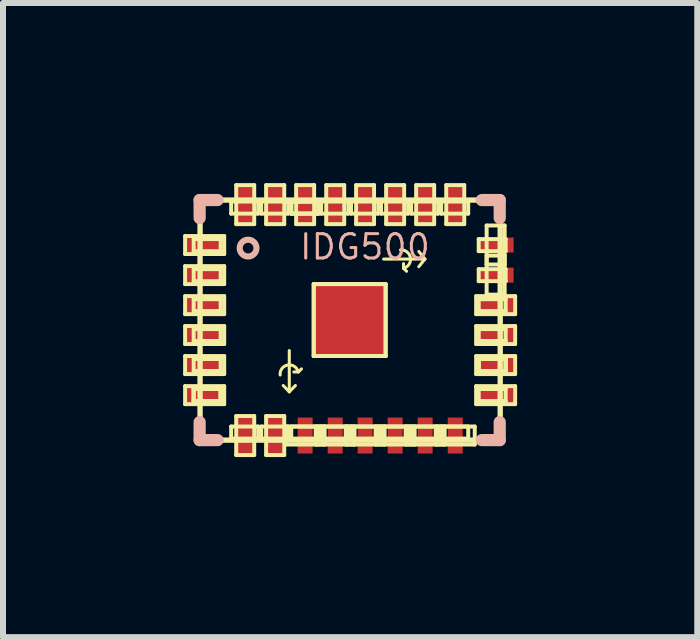
<source format=kicad_pcb>
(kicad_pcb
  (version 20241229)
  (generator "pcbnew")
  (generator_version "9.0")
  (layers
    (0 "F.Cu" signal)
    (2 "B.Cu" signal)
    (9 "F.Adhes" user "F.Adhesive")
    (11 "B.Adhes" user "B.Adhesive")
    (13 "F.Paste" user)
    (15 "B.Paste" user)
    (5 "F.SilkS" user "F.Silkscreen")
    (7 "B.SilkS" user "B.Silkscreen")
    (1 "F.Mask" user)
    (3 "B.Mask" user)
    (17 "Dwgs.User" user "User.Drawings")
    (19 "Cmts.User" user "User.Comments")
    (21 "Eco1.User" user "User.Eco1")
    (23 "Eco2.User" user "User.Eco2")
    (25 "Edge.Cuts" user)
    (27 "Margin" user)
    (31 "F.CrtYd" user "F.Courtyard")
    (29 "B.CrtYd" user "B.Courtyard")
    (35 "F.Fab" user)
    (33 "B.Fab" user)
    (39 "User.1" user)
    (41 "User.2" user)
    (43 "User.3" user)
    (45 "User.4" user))
  (footprint "IDG500"
    (layer "F.Cu")
    (at 2.774 2.281)
    (property "Reference" "IDG500" (at 0.254 -1.219 0) (layer "B.SilkS") (effects (font (size 0.406 0.406) (thickness 0.051))))
    (attr smd)
    (fp_line (start -2.741 -1.4) (end -2.09 -1.4) (stroke (width 0.066) (type solid)) (layer "F.SilkS"))
    (fp_line (start -2.741 -1.1) (end -2.741 -1.4) (stroke (width 0.066) (type solid)) (layer "F.SilkS"))
    (fp_line (start -2.741 -1.1) (end -2.09 -1.1) (stroke (width 0.066) (type solid)) (layer "F.SilkS"))
    (fp_line (start -2.741 -0.899) (end -2.09 -0.899) (stroke (width 0.066) (type solid)) (layer "F.SilkS"))
    (fp_line (start -2.741 -0.599) (end -2.741 -0.899) (stroke (width 0.066) (type solid)) (layer "F.SilkS"))
    (fp_line (start -2.741 -0.599) (end -2.09 -0.599) (stroke (width 0.066) (type solid)) (layer "F.SilkS"))
    (fp_line (start -2.741 -0.399) (end -2.09 -0.399) (stroke (width 0.066) (type solid)) (layer "F.SilkS"))
    (fp_line (start -2.741 -0.099) (end -2.741 -0.399) (stroke (width 0.066) (type solid)) (layer "F.SilkS"))
    (fp_line (start -2.741 -0.099) (end -2.09 -0.099) (stroke (width 0.066) (type solid)) (layer "F.SilkS"))
    (fp_line (start -2.741 0.099) (end -2.09 0.099) (stroke (width 0.066) (type solid)) (layer "F.SilkS"))
    (fp_line (start -2.741 0.399) (end -2.741 0.099) (stroke (width 0.066) (type solid)) (layer "F.SilkS"))
    (fp_line (start -2.741 0.399) (end -2.09 0.399) (stroke (width 0.066) (type solid)) (layer "F.SilkS"))
    (fp_line (start -2.741 0.599) (end -2.09 0.599) (stroke (width 0.066) (type solid)) (layer "F.SilkS"))
    (fp_line (start -2.741 0.899) (end -2.741 0.599) (stroke (width 0.066) (type solid)) (layer "F.SilkS"))
    (fp_line (start -2.741 0.899) (end -2.09 0.899) (stroke (width 0.066) (type solid)) (layer "F.SilkS"))
    (fp_line (start -2.741 1.1) (end -2.09 1.1) (stroke (width 0.066) (type solid)) (layer "F.SilkS"))
    (fp_line (start -2.741 1.4) (end -2.741 1.1) (stroke (width 0.066) (type solid)) (layer "F.SilkS"))
    (fp_line (start -2.741 1.4) (end -2.09 1.4) (stroke (width 0.066) (type solid)) (layer "F.SilkS"))
    (fp_line (start -2.598 -1.349) (end -2.149 -1.349) (stroke (width 0.066) (type solid)) (layer "F.SilkS"))
    (fp_line (start -2.598 -1.148) (end -2.598 -1.349) (stroke (width 0.066) (type solid)) (layer "F.SilkS"))
    (fp_line (start -2.598 -1.148) (end -2.149 -1.148) (stroke (width 0.066) (type solid)) (layer "F.SilkS"))
    (fp_line (start -2.598 -0.848) (end -2.149 -0.848) (stroke (width 0.066) (type solid)) (layer "F.SilkS"))
    (fp_line (start -2.598 -0.648) (end -2.598 -0.848) (stroke (width 0.066) (type solid)) (layer "F.SilkS"))
    (fp_line (start -2.598 -0.648) (end -2.149 -0.648) (stroke (width 0.066) (type solid)) (layer "F.SilkS"))
    (fp_line (start -2.598 -0.348) (end -2.149 -0.348) (stroke (width 0.066) (type solid)) (layer "F.SilkS"))
    (fp_line (start -2.598 -0.15) (end -2.598 -0.348) (stroke (width 0.066) (type solid)) (layer "F.SilkS"))
    (fp_line (start -2.598 -0.15) (end -2.149 -0.15) (stroke (width 0.066) (type solid)) (layer "F.SilkS"))
    (fp_line (start -2.598 0.15) (end -2.149 0.15) (stroke (width 0.066) (type solid)) (layer "F.SilkS"))
    (fp_line (start -2.598 0.348) (end -2.598 0.15) (stroke (width 0.066) (type solid)) (layer "F.SilkS"))
    (fp_line (start -2.598 0.348) (end -2.149 0.348) (stroke (width 0.066) (type solid)) (layer "F.SilkS"))
    (fp_line (start -2.598 0.648) (end -2.149 0.648) (stroke (width 0.066) (type solid)) (layer "F.SilkS"))
    (fp_line (start -2.598 0.848) (end -2.598 0.648) (stroke (width 0.066) (type solid)) (layer "F.SilkS"))
    (fp_line (start -2.598 0.848) (end -2.149 0.848) (stroke (width 0.066) (type solid)) (layer "F.SilkS"))
    (fp_line (start -2.598 1.148) (end -2.149 1.148) (stroke (width 0.066) (type solid)) (layer "F.SilkS"))
    (fp_line (start -2.598 1.148) (end -2.149 1.148) (stroke (width 0.066) (type solid)) (layer "F.SilkS"))
    (fp_line (start -2.598 1.148) (end -2.149 1.148) (stroke (width 0.066) (type solid)) (layer "F.SilkS"))
    (fp_line (start -2.598 1.349) (end -2.598 1.148) (stroke (width 0.066) (type solid)) (layer "F.SilkS"))
    (fp_line (start -2.598 1.349) (end -2.598 1.148) (stroke (width 0.066) (type solid)) (layer "F.SilkS"))
    (fp_line (start -2.598 1.349) (end -2.598 1.148) (stroke (width 0.066) (type solid)) (layer "F.SilkS"))
    (fp_line (start -2.598 1.349) (end -2.149 1.349) (stroke (width 0.066) (type solid)) (layer "F.SilkS"))
    (fp_line (start -2.598 1.349) (end -2.149 1.349) (stroke (width 0.066) (type solid)) (layer "F.SilkS"))
    (fp_line (start -2.598 1.349) (end -2.149 1.349) (stroke (width 0.066) (type solid)) (layer "F.SilkS"))
    (fp_line (start -2.492 -1.999) (end -2.492 1.999) (stroke (width 0.089) (type solid)) (layer "F.SilkS"))
    (fp_line (start -2.492 1.999) (end 2.507 1.999) (stroke (width 0.089) (type solid)) (layer "F.SilkS"))
    (fp_line (start -2.149 -1.148) (end -2.149 -1.349) (stroke (width 0.066) (type solid)) (layer "F.SilkS"))
    (fp_line (start -2.149 -0.648) (end -2.149 -0.848) (stroke (width 0.066) (type solid)) (layer "F.SilkS"))
    (fp_line (start -2.149 -0.15) (end -2.149 -0.348) (stroke (width 0.066) (type solid)) (layer "F.SilkS"))
    (fp_line (start -2.149 0.348) (end -2.149 0.15) (stroke (width 0.066) (type solid)) (layer "F.SilkS"))
    (fp_line (start -2.149 0.848) (end -2.149 0.648) (stroke (width 0.066) (type solid)) (layer "F.SilkS"))
    (fp_line (start -2.149 1.349) (end -2.149 1.148) (stroke (width 0.066) (type solid)) (layer "F.SilkS"))
    (fp_line (start -2.149 1.349) (end -2.149 1.148) (stroke (width 0.066) (type solid)) (layer "F.SilkS"))
    (fp_line (start -2.149 1.349) (end -2.149 1.148) (stroke (width 0.066) (type solid)) (layer "F.SilkS"))
    (fp_line (start -2.09 -1.1) (end -2.09 -1.4) (stroke (width 0.066) (type solid)) (layer "F.SilkS"))
    (fp_line (start -2.09 -0.599) (end -2.09 -0.899) (stroke (width 0.066) (type solid)) (layer "F.SilkS"))
    (fp_line (start -2.09 -0.099) (end -2.09 -0.399) (stroke (width 0.066) (type solid)) (layer "F.SilkS"))
    (fp_line (start -2.09 0.399) (end -2.09 0.099) (stroke (width 0.066) (type solid)) (layer "F.SilkS"))
    (fp_line (start -2.09 0.899) (end -2.09 0.599) (stroke (width 0.066) (type solid)) (layer "F.SilkS"))
    (fp_line (start -2.09 1.4) (end -2.09 1.1) (stroke (width 0.066) (type solid)) (layer "F.SilkS"))
    (fp_line (start -1.974 -1.974) (end -1.524 -1.974) (stroke (width 0.066) (type solid)) (layer "F.SilkS"))
    (fp_line (start -1.974 -1.773) (end -1.974 -1.974) (stroke (width 0.066) (type solid)) (layer "F.SilkS"))
    (fp_line (start -1.974 -1.773) (end -1.524 -1.773) (stroke (width 0.066) (type solid)) (layer "F.SilkS"))
    (fp_line (start -1.974 1.773) (end -1.524 1.773) (stroke (width 0.066) (type solid)) (layer "F.SilkS"))
    (fp_line (start -1.974 1.974) (end -1.974 1.773) (stroke (width 0.066) (type solid)) (layer "F.SilkS"))
    (fp_line (start -1.974 1.974) (end -1.524 1.974) (stroke (width 0.066) (type solid)) (layer "F.SilkS"))
    (fp_line (start -1.89 -2.248) (end -1.59 -2.248) (stroke (width 0.066) (type solid)) (layer "F.SilkS"))
    (fp_line (start -1.89 -1.598) (end -1.89 -2.248) (stroke (width 0.066) (type solid)) (layer "F.SilkS"))
    (fp_line (start -1.89 -1.598) (end -1.59 -1.598) (stroke (width 0.066) (type solid)) (layer "F.SilkS"))
    (fp_line (start -1.89 1.598) (end -1.59 1.598) (stroke (width 0.066) (type solid)) (layer "F.SilkS"))
    (fp_line (start -1.89 2.248) (end -1.89 1.598) (stroke (width 0.066) (type solid)) (layer "F.SilkS"))
    (fp_line (start -1.89 2.248) (end -1.59 2.248) (stroke (width 0.066) (type solid)) (layer "F.SilkS"))
    (fp_line (start -1.59 -1.598) (end -1.59 -2.248) (stroke (width 0.066) (type solid)) (layer "F.SilkS"))
    (fp_line (start -1.59 2.248) (end -1.59 1.598) (stroke (width 0.066) (type solid)) (layer "F.SilkS"))
    (fp_line (start -1.524 -1.773) (end -1.524 -1.974) (stroke (width 0.066) (type solid)) (layer "F.SilkS"))
    (fp_line (start -1.524 1.974) (end -1.524 1.773) (stroke (width 0.066) (type solid)) (layer "F.SilkS"))
    (fp_line (start -1.473 -1.974) (end -1.024 -1.974) (stroke (width 0.066) (type solid)) (layer "F.SilkS"))
    (fp_line (start -1.473 -1.773) (end -1.473 -1.974) (stroke (width 0.066) (type solid)) (layer "F.SilkS"))
    (fp_line (start -1.473 -1.773) (end -1.024 -1.773) (stroke (width 0.066) (type solid)) (layer "F.SilkS"))
    (fp_line (start -1.473 1.773) (end -1.024 1.773) (stroke (width 0.066) (type solid)) (layer "F.SilkS"))
    (fp_line (start -1.473 1.974) (end -1.473 1.773) (stroke (width 0.066) (type solid)) (layer "F.SilkS"))
    (fp_line (start -1.473 1.974) (end -1.024 1.974) (stroke (width 0.066) (type solid)) (layer "F.SilkS"))
    (fp_line (start -1.392 -2.248) (end -1.09 -2.248) (stroke (width 0.066) (type solid)) (layer "F.SilkS"))
    (fp_line (start -1.392 -1.598) (end -1.392 -2.248) (stroke (width 0.066) (type solid)) (layer "F.SilkS"))
    (fp_line (start -1.392 -1.598) (end -1.09 -1.598) (stroke (width 0.066) (type solid)) (layer "F.SilkS"))
    (fp_line (start -1.392 1.598) (end -1.09 1.598) (stroke (width 0.066) (type solid)) (layer "F.SilkS"))
    (fp_line (start -1.392 2.248) (end -1.392 1.598) (stroke (width 0.066) (type solid)) (layer "F.SilkS"))
    (fp_line (start -1.392 2.248) (end -1.09 2.248) (stroke (width 0.066) (type solid)) (layer "F.SilkS"))
    (fp_line (start -1.09 -1.598) (end -1.09 -2.248) (stroke (width 0.066) (type solid)) (layer "F.SilkS"))
    (fp_line (start -1.09 2.248) (end -1.09 1.598) (stroke (width 0.066) (type solid)) (layer "F.SilkS"))
    (fp_line (start -1.067 1.773) (end -0.417 1.773) (stroke (width 0.066) (type solid)) (layer "F.SilkS"))
    (fp_line (start -1.067 2.073) (end -1.067 1.773) (stroke (width 0.066) (type solid)) (layer "F.SilkS"))
    (fp_line (start -1.067 2.073) (end -0.417 2.073) (stroke (width 0.066) (type solid)) (layer "F.SilkS"))
    (fp_line (start -1.024 -1.773) (end -1.024 -1.974) (stroke (width 0.066) (type solid)) (layer "F.SilkS"))
    (fp_line (start -1.024 1.974) (end -1.024 1.773) (stroke (width 0.066) (type solid)) (layer "F.SilkS"))
    (fp_line (start -1.006 0.508) (end -1.006 1.194) (stroke (width 0.051) (type solid)) (layer "F.SilkS"))
    (fp_line (start -1.006 1.194) (end -1.107 1.09) (stroke (width 0.051) (type solid)) (layer "F.SilkS"))
    (fp_line (start -1.006 1.194) (end -0.904 1.09) (stroke (width 0.051) (type solid)) (layer "F.SilkS"))
    (fp_line (start -0.973 -1.974) (end -0.523 -1.974) (stroke (width 0.066) (type solid)) (layer "F.SilkS"))
    (fp_line (start -0.973 -1.974) (end -0.523 -1.974) (stroke (width 0.066) (type solid)) (layer "F.SilkS"))
    (fp_line (start -0.973 -1.974) (end -0.523 -1.974) (stroke (width 0.066) (type solid)) (layer "F.SilkS"))
    (fp_line (start -0.973 -1.773) (end -0.973 -1.974) (stroke (width 0.066) (type solid)) (layer "F.SilkS"))
    (fp_line (start -0.973 -1.773) (end -0.973 -1.974) (stroke (width 0.066) (type solid)) (layer "F.SilkS"))
    (fp_line (start -0.973 -1.773) (end -0.973 -1.974) (stroke (width 0.066) (type solid)) (layer "F.SilkS"))
    (fp_line (start -0.973 -1.773) (end -0.523 -1.773) (stroke (width 0.066) (type solid)) (layer "F.SilkS"))
    (fp_line (start -0.973 -1.773) (end -0.523 -1.773) (stroke (width 0.066) (type solid)) (layer "F.SilkS"))
    (fp_line (start -0.973 -1.773) (end -0.523 -1.773) (stroke (width 0.066) (type solid)) (layer "F.SilkS"))
    (fp_line (start -0.973 1.773) (end -0.523 1.773) (stroke (width 0.066) (type solid)) (layer "F.SilkS"))
    (fp_line (start -0.973 1.974) (end -0.973 1.773) (stroke (width 0.066) (type solid)) (layer "F.SilkS"))
    (fp_line (start -0.973 1.974) (end -0.523 1.974) (stroke (width 0.066) (type solid)) (layer "F.SilkS"))
    (fp_line (start -0.892 -2.248) (end -0.592 -2.248) (stroke (width 0.066) (type solid)) (layer "F.SilkS"))
    (fp_line (start -0.892 -1.598) (end -0.892 -2.248) (stroke (width 0.066) (type solid)) (layer "F.SilkS"))
    (fp_line (start -0.892 -1.598) (end -0.592 -1.598) (stroke (width 0.066) (type solid)) (layer "F.SilkS"))
    (fp_line (start -0.853 0.864) (end -0.93 0.864) (stroke (width 0.051) (type solid)) (layer "F.SilkS"))
    (fp_line (start -0.853 0.864) (end -0.803 0.813) (stroke (width 0.051) (type solid)) (layer "F.SilkS"))
    (fp_line (start -0.599 -0.599) (end 0.599 -0.599) (stroke (width 0.066) (type solid)) (layer "F.SilkS"))
    (fp_line (start -0.599 -0.599) (end 0.599 -0.599) (stroke (width 0.066) (type solid)) (layer "F.SilkS"))
    (fp_line (start -0.599 0.599) (end -0.599 -0.599) (stroke (width 0.066) (type solid)) (layer "F.SilkS"))
    (fp_line (start -0.599 0.599) (end -0.599 -0.599) (stroke (width 0.066) (type solid)) (layer "F.SilkS"))
    (fp_line (start -0.599 0.599) (end 0.599 0.599) (stroke (width 0.066) (type solid)) (layer "F.SilkS"))
    (fp_line (start -0.599 0.599) (end 0.599 0.599) (stroke (width 0.066) (type solid)) (layer "F.SilkS"))
    (fp_line (start -0.592 -1.598) (end -0.592 -2.248) (stroke (width 0.066) (type solid)) (layer "F.SilkS"))
    (fp_line (start -0.566 1.773) (end 0.081 1.773) (stroke (width 0.066) (type solid)) (layer "F.SilkS"))
    (fp_line (start -0.566 2.073) (end -0.566 1.773) (stroke (width 0.066) (type solid)) (layer "F.SilkS"))
    (fp_line (start -0.566 2.073) (end 0.081 2.073) (stroke (width 0.066) (type solid)) (layer "F.SilkS"))
    (fp_line (start -0.523 -1.773) (end -0.523 -1.974) (stroke (width 0.066) (type solid)) (layer "F.SilkS"))
    (fp_line (start -0.523 -1.773) (end -0.523 -1.974) (stroke (width 0.066) (type solid)) (layer "F.SilkS"))
    (fp_line (start -0.523 -1.773) (end -0.523 -1.974) (stroke (width 0.066) (type solid)) (layer "F.SilkS"))
    (fp_line (start -0.523 1.974) (end -0.523 1.773) (stroke (width 0.066) (type solid)) (layer "F.SilkS"))
    (fp_line (start -0.475 -1.974) (end -0.023 -1.974) (stroke (width 0.066) (type solid)) (layer "F.SilkS"))
    (fp_line (start -0.475 -1.773) (end -0.475 -1.974) (stroke (width 0.066) (type solid)) (layer "F.SilkS"))
    (fp_line (start -0.475 -1.773) (end -0.023 -1.773) (stroke (width 0.066) (type solid)) (layer "F.SilkS"))
    (fp_line (start -0.475 1.773) (end -0.023 1.773) (stroke (width 0.066) (type solid)) (layer "F.SilkS"))
    (fp_line (start -0.475 1.974) (end -0.475 1.773) (stroke (width 0.066) (type solid)) (layer "F.SilkS"))
    (fp_line (start -0.475 1.974) (end -0.023 1.974) (stroke (width 0.066) (type solid)) (layer "F.SilkS"))
    (fp_line (start -0.417 2.073) (end -0.417 1.773) (stroke (width 0.066) (type solid)) (layer "F.SilkS"))
    (fp_line (start -0.391 -2.248) (end -0.091 -2.248) (stroke (width 0.066) (type solid)) (layer "F.SilkS"))
    (fp_line (start -0.391 -1.598) (end -0.391 -2.248) (stroke (width 0.066) (type solid)) (layer "F.SilkS"))
    (fp_line (start -0.391 -1.598) (end -0.091 -1.598) (stroke (width 0.066) (type solid)) (layer "F.SilkS"))
    (fp_line (start -0.091 -1.598) (end -0.091 -2.248) (stroke (width 0.066) (type solid)) (layer "F.SilkS"))
    (fp_line (start -0.066 1.773) (end 0.582 1.773) (stroke (width 0.066) (type solid)) (layer "F.SilkS"))
    (fp_line (start -0.066 2.073) (end -0.066 1.773) (stroke (width 0.066) (type solid)) (layer "F.SilkS"))
    (fp_line (start -0.066 2.073) (end 0.582 2.073) (stroke (width 0.066) (type solid)) (layer "F.SilkS"))
    (fp_line (start -0.023 -1.773) (end -0.023 -1.974) (stroke (width 0.066) (type solid)) (layer "F.SilkS"))
    (fp_line (start -0.023 1.974) (end -0.023 1.773) (stroke (width 0.066) (type solid)) (layer "F.SilkS"))
    (fp_line (start 0.023 -1.974) (end 0.475 -1.974) (stroke (width 0.066) (type solid)) (layer "F.SilkS"))
    (fp_line (start 0.023 -1.773) (end 0.023 -1.974) (stroke (width 0.066) (type solid)) (layer "F.SilkS"))
    (fp_line (start 0.023 -1.773) (end 0.475 -1.773) (stroke (width 0.066) (type solid)) (layer "F.SilkS"))
    (fp_line (start 0.023 1.773) (end 0.475 1.773) (stroke (width 0.066) (type solid)) (layer "F.SilkS"))
    (fp_line (start 0.023 1.974) (end 0.023 1.773) (stroke (width 0.066) (type solid)) (layer "F.SilkS"))
    (fp_line (start 0.023 1.974) (end 0.475 1.974) (stroke (width 0.066) (type solid)) (layer "F.SilkS"))
    (fp_line (start 0.081 2.073) (end 0.081 1.773) (stroke (width 0.066) (type solid)) (layer "F.SilkS"))
    (fp_line (start 0.107 -2.248) (end 0.406 -2.248) (stroke (width 0.066) (type solid)) (layer "F.SilkS"))
    (fp_line (start 0.107 -1.598) (end 0.107 -2.248) (stroke (width 0.066) (type solid)) (layer "F.SilkS"))
    (fp_line (start 0.107 -1.598) (end 0.406 -1.598) (stroke (width 0.066) (type solid)) (layer "F.SilkS"))
    (fp_line (start 0.406 -1.598) (end 0.406 -2.248) (stroke (width 0.066) (type solid)) (layer "F.SilkS"))
    (fp_line (start 0.432 1.773) (end 1.082 1.773) (stroke (width 0.066) (type solid)) (layer "F.SilkS"))
    (fp_line (start 0.432 2.073) (end 0.432 1.773) (stroke (width 0.066) (type solid)) (layer "F.SilkS"))
    (fp_line (start 0.432 2.073) (end 1.082 2.073) (stroke (width 0.066) (type solid)) (layer "F.SilkS"))
    (fp_line (start 0.475 -1.773) (end 0.475 -1.974) (stroke (width 0.066) (type solid)) (layer "F.SilkS"))
    (fp_line (start 0.475 1.974) (end 0.475 1.773) (stroke (width 0.066) (type solid)) (layer "F.SilkS"))
    (fp_line (start 0.523 -1.974) (end 0.973 -1.974) (stroke (width 0.066) (type solid)) (layer "F.SilkS"))
    (fp_line (start 0.523 -1.773) (end 0.523 -1.974) (stroke (width 0.066) (type solid)) (layer "F.SilkS"))
    (fp_line (start 0.523 -1.773) (end 0.973 -1.773) (stroke (width 0.066) (type solid)) (layer "F.SilkS"))
    (fp_line (start 0.523 1.773) (end 0.973 1.773) (stroke (width 0.066) (type solid)) (layer "F.SilkS"))
    (fp_line (start 0.523 1.974) (end 0.523 1.773) (stroke (width 0.066) (type solid)) (layer "F.SilkS"))
    (fp_line (start 0.523 1.974) (end 0.973 1.974) (stroke (width 0.066) (type solid)) (layer "F.SilkS"))
    (fp_line (start 0.582 2.073) (end 0.582 1.773) (stroke (width 0.066) (type solid)) (layer "F.SilkS"))
    (fp_line (start 0.599 0.599) (end 0.599 -0.599) (stroke (width 0.066) (type solid)) (layer "F.SilkS"))
    (fp_line (start 0.599 0.599) (end 0.599 -0.599) (stroke (width 0.066) (type solid)) (layer "F.SilkS"))
    (fp_line (start 0.607 -2.248) (end 0.907 -2.248) (stroke (width 0.066) (type solid)) (layer "F.SilkS"))
    (fp_line (start 0.607 -1.598) (end 0.607 -2.248) (stroke (width 0.066) (type solid)) (layer "F.SilkS"))
    (fp_line (start 0.607 -1.598) (end 0.907 -1.598) (stroke (width 0.066) (type solid)) (layer "F.SilkS"))
    (fp_line (start 0.897 -0.864) (end 0.897 -0.94) (stroke (width 0.051) (type solid)) (layer "F.SilkS"))
    (fp_line (start 0.897 -0.864) (end 0.947 -0.813) (stroke (width 0.051) (type solid)) (layer "F.SilkS"))
    (fp_line (start 0.907 -1.598) (end 0.907 -2.248) (stroke (width 0.066) (type solid)) (layer "F.SilkS"))
    (fp_line (start 0.932 1.773) (end 1.582 1.773) (stroke (width 0.066) (type solid)) (layer "F.SilkS"))
    (fp_line (start 0.932 2.073) (end 0.932 1.773) (stroke (width 0.066) (type solid)) (layer "F.SilkS"))
    (fp_line (start 0.932 2.073) (end 1.582 2.073) (stroke (width 0.066) (type solid)) (layer "F.SilkS"))
    (fp_line (start 0.973 -1.773) (end 0.973 -1.974) (stroke (width 0.066) (type solid)) (layer "F.SilkS"))
    (fp_line (start 0.973 1.974) (end 0.973 1.773) (stroke (width 0.066) (type solid)) (layer "F.SilkS"))
    (fp_line (start 1.024 -1.974) (end 1.473 -1.974) (stroke (width 0.066) (type solid)) (layer "F.SilkS"))
    (fp_line (start 1.024 -1.773) (end 1.024 -1.974) (stroke (width 0.066) (type solid)) (layer "F.SilkS"))
    (fp_line (start 1.024 -1.773) (end 1.473 -1.773) (stroke (width 0.066) (type solid)) (layer "F.SilkS"))
    (fp_line (start 1.024 1.773) (end 1.473 1.773) (stroke (width 0.066) (type solid)) (layer "F.SilkS"))
    (fp_line (start 1.024 1.974) (end 1.024 1.773) (stroke (width 0.066) (type solid)) (layer "F.SilkS"))
    (fp_line (start 1.024 1.974) (end 1.473 1.974) (stroke (width 0.066) (type solid)) (layer "F.SilkS"))
    (fp_line (start 1.082 2.073) (end 1.082 1.773) (stroke (width 0.066) (type solid)) (layer "F.SilkS"))
    (fp_line (start 1.107 -2.248) (end 1.407 -2.248) (stroke (width 0.066) (type solid)) (layer "F.SilkS"))
    (fp_line (start 1.107 -1.598) (end 1.107 -2.248) (stroke (width 0.066) (type solid)) (layer "F.SilkS"))
    (fp_line (start 1.107 -1.598) (end 1.407 -1.598) (stroke (width 0.066) (type solid)) (layer "F.SilkS"))
    (fp_line (start 1.151 -1.143) (end 1.252 -1.016) (stroke (width 0.051) (type solid)) (layer "F.SilkS"))
    (fp_line (start 1.252 -1.016) (end 0.566 -1.016) (stroke (width 0.051) (type solid)) (layer "F.SilkS"))
    (fp_line (start 1.252 -1.016) (end 1.151 -0.889) (stroke (width 0.051) (type solid)) (layer "F.SilkS"))
    (fp_line (start 1.407 -1.598) (end 1.407 -2.248) (stroke (width 0.066) (type solid)) (layer "F.SilkS"))
    (fp_line (start 1.433 1.773) (end 2.083 1.773) (stroke (width 0.066) (type solid)) (layer "F.SilkS"))
    (fp_line (start 1.433 2.073) (end 1.433 1.773) (stroke (width 0.066) (type solid)) (layer "F.SilkS"))
    (fp_line (start 1.433 2.073) (end 2.083 2.073) (stroke (width 0.066) (type solid)) (layer "F.SilkS"))
    (fp_line (start 1.473 -1.773) (end 1.473 -1.974) (stroke (width 0.066) (type solid)) (layer "F.SilkS"))
    (fp_line (start 1.473 1.974) (end 1.473 1.773) (stroke (width 0.066) (type solid)) (layer "F.SilkS"))
    (fp_line (start 1.524 -1.974) (end 1.974 -1.974) (stroke (width 0.066) (type solid)) (layer "F.SilkS"))
    (fp_line (start 1.524 -1.773) (end 1.524 -1.974) (stroke (width 0.066) (type solid)) (layer "F.SilkS"))
    (fp_line (start 1.524 -1.773) (end 1.974 -1.773) (stroke (width 0.066) (type solid)) (layer "F.SilkS"))
    (fp_line (start 1.524 1.773) (end 1.974 1.773) (stroke (width 0.066) (type solid)) (layer "F.SilkS"))
    (fp_line (start 1.524 1.974) (end 1.524 1.773) (stroke (width 0.066) (type solid)) (layer "F.SilkS"))
    (fp_line (start 1.524 1.974) (end 1.974 1.974) (stroke (width 0.066) (type solid)) (layer "F.SilkS"))
    (fp_line (start 1.582 2.073) (end 1.582 1.773) (stroke (width 0.066) (type solid)) (layer "F.SilkS"))
    (fp_line (start 1.608 -2.248) (end 1.908 -2.248) (stroke (width 0.066) (type solid)) (layer "F.SilkS"))
    (fp_line (start 1.608 -1.598) (end 1.608 -2.248) (stroke (width 0.066) (type solid)) (layer "F.SilkS"))
    (fp_line (start 1.608 -1.598) (end 1.908 -1.598) (stroke (width 0.066) (type solid)) (layer "F.SilkS"))
    (fp_line (start 1.908 -1.598) (end 1.908 -2.248) (stroke (width 0.066) (type solid)) (layer "F.SilkS"))
    (fp_line (start 1.974 -1.773) (end 1.974 -1.974) (stroke (width 0.066) (type solid)) (layer "F.SilkS"))
    (fp_line (start 1.974 1.974) (end 1.974 1.773) (stroke (width 0.066) (type solid)) (layer "F.SilkS"))
    (fp_line (start 2.083 2.073) (end 2.083 1.773) (stroke (width 0.066) (type solid)) (layer "F.SilkS"))
    (fp_line (start 2.106 -0.399) (end 2.756 -0.399) (stroke (width 0.066) (type solid)) (layer "F.SilkS"))
    (fp_line (start 2.106 -0.099) (end 2.106 -0.399) (stroke (width 0.066) (type solid)) (layer "F.SilkS"))
    (fp_line (start 2.106 -0.099) (end 2.756 -0.099) (stroke (width 0.066) (type solid)) (layer "F.SilkS"))
    (fp_line (start 2.106 0.099) (end 2.756 0.099) (stroke (width 0.066) (type solid)) (layer "F.SilkS"))
    (fp_line (start 2.106 0.399) (end 2.106 0.099) (stroke (width 0.066) (type solid)) (layer "F.SilkS"))
    (fp_line (start 2.106 0.399) (end 2.756 0.399) (stroke (width 0.066) (type solid)) (layer "F.SilkS"))
    (fp_line (start 2.106 0.599) (end 2.756 0.599) (stroke (width 0.066) (type solid)) (layer "F.SilkS"))
    (fp_line (start 2.106 0.899) (end 2.106 0.599) (stroke (width 0.066) (type solid)) (layer "F.SilkS"))
    (fp_line (start 2.106 0.899) (end 2.756 0.899) (stroke (width 0.066) (type solid)) (layer "F.SilkS"))
    (fp_line (start 2.106 1.1) (end 2.756 1.1) (stroke (width 0.066) (type solid)) (layer "F.SilkS"))
    (fp_line (start 2.106 1.4) (end 2.106 1.1) (stroke (width 0.066) (type solid)) (layer "F.SilkS"))
    (fp_line (start 2.106 1.4) (end 2.756 1.4) (stroke (width 0.066) (type solid)) (layer "F.SilkS"))
    (fp_line (start 2.149 -1.349) (end 2.598 -1.349) (stroke (width 0.066) (type solid)) (layer "F.SilkS"))
    (fp_line (start 2.149 -1.148) (end 2.149 -1.349) (stroke (width 0.066) (type solid)) (layer "F.SilkS"))
    (fp_line (start 2.149 -1.148) (end 2.598 -1.148) (stroke (width 0.066) (type solid)) (layer "F.SilkS"))
    (fp_line (start 2.149 -0.848) (end 2.598 -0.848) (stroke (width 0.066) (type solid)) (layer "F.SilkS"))
    (fp_line (start 2.149 -0.648) (end 2.149 -0.848) (stroke (width 0.066) (type solid)) (layer "F.SilkS"))
    (fp_line (start 2.149 -0.648) (end 2.598 -0.648) (stroke (width 0.066) (type solid)) (layer "F.SilkS"))
    (fp_line (start 2.149 -0.348) (end 2.598 -0.348) (stroke (width 0.066) (type solid)) (layer "F.SilkS"))
    (fp_line (start 2.149 -0.15) (end 2.149 -0.348) (stroke (width 0.066) (type solid)) (layer "F.SilkS"))
    (fp_line (start 2.149 -0.15) (end 2.598 -0.15) (stroke (width 0.066) (type solid)) (layer "F.SilkS"))
    (fp_line (start 2.149 0.15) (end 2.598 0.15) (stroke (width 0.066) (type solid)) (layer "F.SilkS"))
    (fp_line (start 2.149 0.348) (end 2.149 0.15) (stroke (width 0.066) (type solid)) (layer "F.SilkS"))
    (fp_line (start 2.149 0.348) (end 2.598 0.348) (stroke (width 0.066) (type solid)) (layer "F.SilkS"))
    (fp_line (start 2.149 0.648) (end 2.598 0.648) (stroke (width 0.066) (type solid)) (layer "F.SilkS"))
    (fp_line (start 2.149 0.648) (end 2.598 0.648) (stroke (width 0.066) (type solid)) (layer "F.SilkS"))
    (fp_line (start 2.149 0.648) (end 2.598 0.648) (stroke (width 0.066) (type solid)) (layer "F.SilkS"))
    (fp_line (start 2.149 0.848) (end 2.149 0.648) (stroke (width 0.066) (type solid)) (layer "F.SilkS"))
    (fp_line (start 2.149 0.848) (end 2.149 0.648) (stroke (width 0.066) (type solid)) (layer "F.SilkS"))
    (fp_line (start 2.149 0.848) (end 2.149 0.648) (stroke (width 0.066) (type solid)) (layer "F.SilkS"))
    (fp_line (start 2.149 0.848) (end 2.598 0.848) (stroke (width 0.066) (type solid)) (layer "F.SilkS"))
    (fp_line (start 2.149 0.848) (end 2.598 0.848) (stroke (width 0.066) (type solid)) (layer "F.SilkS"))
    (fp_line (start 2.149 0.848) (end 2.598 0.848) (stroke (width 0.066) (type solid)) (layer "F.SilkS"))
    (fp_line (start 2.149 1.148) (end 2.598 1.148) (stroke (width 0.066) (type solid)) (layer "F.SilkS"))
    (fp_line (start 2.149 1.349) (end 2.149 1.148) (stroke (width 0.066) (type solid)) (layer "F.SilkS"))
    (fp_line (start 2.149 1.349) (end 2.598 1.349) (stroke (width 0.066) (type solid)) (layer "F.SilkS"))
    (fp_line (start 2.281 -1.575) (end 2.581 -1.575) (stroke (width 0.066) (type solid)) (layer "F.SilkS"))
    (fp_line (start 2.281 -1.074) (end 2.581 -1.074) (stroke (width 0.066) (type solid)) (layer "F.SilkS"))
    (fp_line (start 2.281 -0.925) (end 2.281 -1.575) (stroke (width 0.066) (type solid)) (layer "F.SilkS"))
    (fp_line (start 2.281 -0.925) (end 2.581 -0.925) (stroke (width 0.066) (type solid)) (layer "F.SilkS"))
    (fp_line (start 2.281 -0.424) (end 2.281 -1.074) (stroke (width 0.066) (type solid)) (layer "F.SilkS"))
    (fp_line (start 2.281 -0.424) (end 2.581 -0.424) (stroke (width 0.066) (type solid)) (layer "F.SilkS"))
    (fp_line (start 2.507 -1.999) (end -2.492 -1.999) (stroke (width 0.089) (type solid)) (layer "F.SilkS"))
    (fp_line (start 2.507 1.999) (end 2.507 -1.999) (stroke (width 0.089) (type solid)) (layer "F.SilkS"))
    (fp_line (start 2.581 -0.925) (end 2.581 -1.575) (stroke (width 0.066) (type solid)) (layer "F.SilkS"))
    (fp_line (start 2.581 -0.424) (end 2.581 -1.074) (stroke (width 0.066) (type solid)) (layer "F.SilkS"))
    (fp_line (start 2.598 -1.148) (end 2.598 -1.349) (stroke (width 0.066) (type solid)) (layer "F.SilkS"))
    (fp_line (start 2.598 -0.648) (end 2.598 -0.848) (stroke (width 0.066) (type solid)) (layer "F.SilkS"))
    (fp_line (start 2.598 -0.15) (end 2.598 -0.348) (stroke (width 0.066) (type solid)) (layer "F.SilkS"))
    (fp_line (start 2.598 0.348) (end 2.598 0.15) (stroke (width 0.066) (type solid)) (layer "F.SilkS"))
    (fp_line (start 2.598 0.848) (end 2.598 0.648) (stroke (width 0.066) (type solid)) (layer "F.SilkS"))
    (fp_line (start 2.598 0.848) (end 2.598 0.648) (stroke (width 0.066) (type solid)) (layer "F.SilkS"))
    (fp_line (start 2.598 0.848) (end 2.598 0.648) (stroke (width 0.066) (type solid)) (layer "F.SilkS"))
    (fp_line (start 2.598 1.349) (end 2.598 1.148) (stroke (width 0.066) (type solid)) (layer "F.SilkS"))
    (fp_line (start 2.756 -0.099) (end 2.756 -0.399) (stroke (width 0.066) (type solid)) (layer "F.SilkS"))
    (fp_line (start 2.756 0.399) (end 2.756 0.099) (stroke (width 0.066) (type solid)) (layer "F.SilkS"))
    (fp_line (start 2.756 0.899) (end 2.756 0.599) (stroke (width 0.066) (type solid)) (layer "F.SilkS"))
    (fp_line (start 2.756 1.4) (end 2.756 1.1) (stroke (width 0.066) (type solid)) (layer "F.SilkS"))
    (fp_arc (start -1.15824 0.9144) (mid -1.033647 0.748545) (end -0.858045 0.858976) (stroke (width 0.0508) (type solid)) (layer "F.SilkS"))
    (fp_arc (start 0.84582 -1.1684) (mid 1.011854 -1.03908) (end 0.896881 -0.862808) (stroke (width 0.0508) (type solid)) (layer "F.SilkS"))
    (fp_circle (center -1.692 -1.199) (end -1.791 -1.298) (stroke (width 0.043) (type solid)) (fill no) (layer "F.SilkS"))
    (fp_line (start -2.499 -1.999) (end -2.499 -1.699) (stroke (width 0.203) (type solid)) (layer "B.SilkS"))
    (fp_line (start -2.499 -1.999) (end -2.2 -1.999) (stroke (width 0.203) (type solid)) (layer "B.SilkS"))
    (fp_line (start -2.499 1.999) (end -2.499 1.699) (stroke (width 0.203) (type solid)) (layer "B.SilkS"))
    (fp_line (start -2.499 1.999) (end -2.2 1.999) (stroke (width 0.203) (type solid)) (layer "B.SilkS"))
    (fp_line (start 2.499 -1.999) (end 2.2 -1.999) (stroke (width 0.203) (type solid)) (layer "B.SilkS"))
    (fp_line (start 2.499 -1.999) (end 2.499 -1.699) (stroke (width 0.203) (type solid)) (layer "B.SilkS"))
    (fp_line (start 2.499 1.999) (end 2.2 1.999) (stroke (width 0.203) (type solid)) (layer "B.SilkS"))
    (fp_line (start 2.499 1.999) (end 2.499 1.699) (stroke (width 0.203) (type solid)) (layer "B.SilkS"))
    (fp_circle (center -1.692 -1.199) (end -1.791 -1.298) (stroke (width 0.102) (type solid)) (fill no) (layer "B.SilkS"))
    (pad "1" smd rect (at -2.416 -1.25 270) (size 0.249 0.599) (layers "F.Cu" "F.Mask" "F.Paste"))
    (pad "2" smd rect (at -2.416 -0.749 270) (size 0.249 0.599) (layers "F.Cu" "F.Mask" "F.Paste"))
    (pad "3" smd rect (at -2.416 -0.249 270) (size 0.249 0.599) (layers "F.Cu" "F.Mask" "F.Paste"))
    (pad "4" smd rect (at -2.416 0.249 270) (size 0.249 0.599) (layers "F.Cu" "F.Mask" "F.Paste"))
    (pad "5" smd rect (at -2.416 0.749 270) (size 0.249 0.599) (layers "F.Cu" "F.Mask" "F.Paste"))
    (pad "6" smd rect (at -2.416 1.25 270) (size 0.249 0.599) (layers "F.Cu" "F.Mask" "F.Paste"))
    (pad "7" smd rect (at -1.74 1.923) (size 0.249 0.599) (layers "F.Cu" "F.Mask" "F.Paste"))
    (pad "8" smd rect (at -1.24 1.923) (size 0.249 0.599) (layers "F.Cu" "F.Mask" "F.Paste"))
    (pad "9" smd rect (at -0.742 1.923) (size 0.249 0.599) (layers "F.Cu" "F.Mask" "F.Paste"))
    (pad "10" smd rect (at -0.241 1.923) (size 0.249 0.599) (layers "F.Cu" "F.Mask" "F.Paste"))
    (pad "11" smd rect (at 0.257 1.923) (size 0.249 0.599) (layers "F.Cu" "F.Mask" "F.Paste"))
    (pad "12" smd rect (at 0.757 1.923) (size 0.249 0.599) (layers "F.Cu" "F.Mask" "F.Paste"))
    (pad "13" smd rect (at 1.257 1.923) (size 0.249 0.599) (layers "F.Cu" "F.Mask" "F.Paste"))
    (pad "14" smd rect (at 1.758 1.923) (size 0.249 0.599) (layers "F.Cu" "F.Mask" "F.Paste"))
    (pad "15" smd rect (at 2.431 1.25 90) (size 0.249 0.599) (layers "F.Cu" "F.Mask" "F.Paste"))
    (pad "16" smd rect (at 2.431 0.749 90) (size 0.249 0.599) (layers "F.Cu" "F.Mask" "F.Paste"))
    (pad "17" smd rect (at 2.431 0.249 90) (size 0.249 0.599) (layers "F.Cu" "F.Mask" "F.Paste"))
    (pad "18" smd rect (at 2.431 -0.249 90) (size 0.249 0.599) (layers "F.Cu" "F.Mask" "F.Paste"))
    (pad "19" smd rect (at 2.431 -0.749 90) (size 0.249 0.599) (layers "F.Cu" "F.Mask" "F.Paste"))
    (pad "20" smd rect (at 2.431 -1.25 90) (size 0.249 0.599) (layers "F.Cu" "F.Mask" "F.Paste"))
    (pad "21" smd rect (at 1.758 -1.923 180) (size 0.249 0.599) (layers "F.Cu" "F.Mask" "F.Paste"))
    (pad "22" smd rect (at 1.257 -1.923 180) (size 0.249 0.599) (layers "F.Cu" "F.Mask" "F.Paste"))
    (pad "23" smd rect (at 0.757 -1.923 180) (size 0.249 0.599) (layers "F.Cu" "F.Mask" "F.Paste"))
    (pad "24" smd rect (at 0.257 -1.923 180) (size 0.249 0.599) (layers "F.Cu" "F.Mask" "F.Paste"))
    (pad "25" smd rect (at -0.241 -1.923 180) (size 0.249 0.599) (layers "F.Cu" "F.Mask" "F.Paste"))
    (pad "26" smd rect (at -0.742 -1.923 180) (size 0.249 0.599) (layers "F.Cu" "F.Mask" "F.Paste"))
    (pad "27" smd rect (at -1.24 -1.923 180) (size 0.249 0.599) (layers "F.Cu" "F.Mask" "F.Paste"))
    (pad "28" smd rect (at -1.74 -1.923 180) (size 0.249 0.599) (layers "F.Cu" "F.Mask" "F.Paste"))
    (pad "NC" smd rect (at 0 0) (size 1.199 1.199) (layers "F.Cu" "F.Mask" "F.Paste")))
  (gr_rect
    (start -3 -3)
    (end 8.563 7.562)
    (stroke (width 0.1) (type default))
    (fill no)
    (layer "Edge.Cuts")))
</source>
